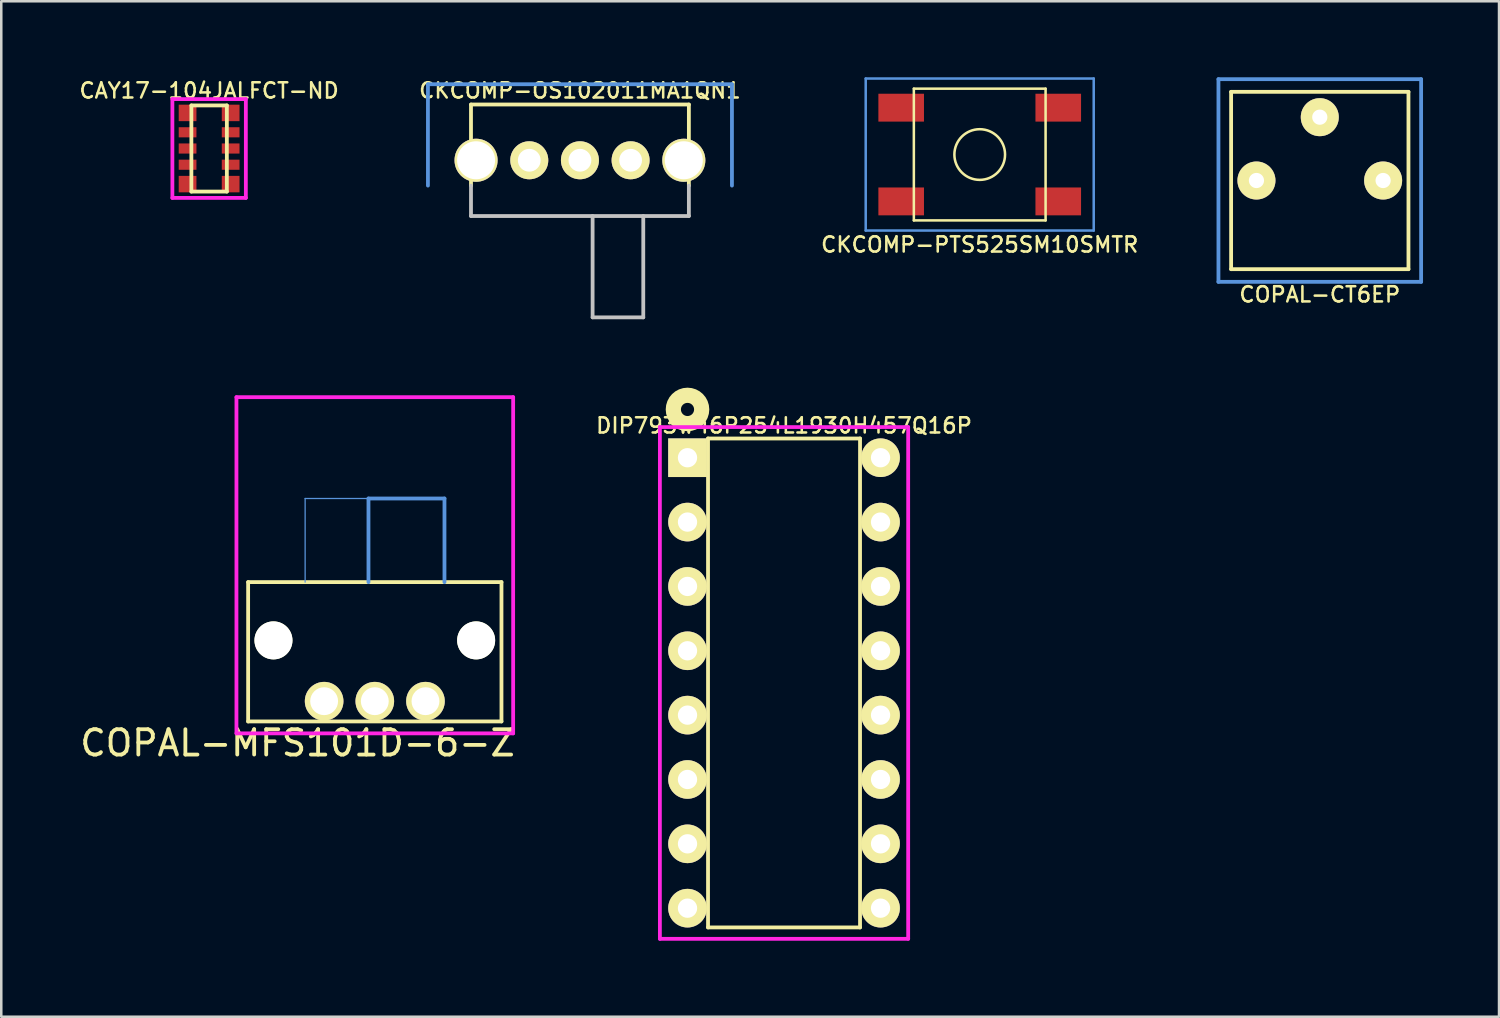
<source format=kicad_pcb>
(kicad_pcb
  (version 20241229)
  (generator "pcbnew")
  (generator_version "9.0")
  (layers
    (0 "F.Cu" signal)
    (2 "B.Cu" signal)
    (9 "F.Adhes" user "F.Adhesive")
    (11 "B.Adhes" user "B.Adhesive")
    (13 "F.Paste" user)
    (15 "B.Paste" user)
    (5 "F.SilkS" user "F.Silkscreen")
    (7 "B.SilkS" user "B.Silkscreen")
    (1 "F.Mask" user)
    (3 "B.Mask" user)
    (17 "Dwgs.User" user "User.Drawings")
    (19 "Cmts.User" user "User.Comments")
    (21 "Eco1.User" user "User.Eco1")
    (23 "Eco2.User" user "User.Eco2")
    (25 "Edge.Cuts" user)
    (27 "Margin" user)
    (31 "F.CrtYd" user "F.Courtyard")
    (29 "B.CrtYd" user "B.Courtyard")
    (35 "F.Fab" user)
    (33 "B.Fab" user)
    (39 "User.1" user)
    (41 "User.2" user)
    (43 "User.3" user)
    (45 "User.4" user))
  (footprint "COPAL-MFS101D-6-Z"
    (layer "F.Cu")
    (at 11.744 24.627)
    (property "Reference" "COPAL-MFS101D-6-Z" (at -3.048 1.651 0) (layer "F.SilkS") (effects (font (size 1 1) (thickness 0.15))))
    (attr through_hole)
    (fp_line (start -5 -4.7) (end -5 0.8) (stroke (width 0.15) (type solid)) (layer "F.SilkS"))
    (fp_line (start -5 0.8) (end 5 0.8) (stroke (width 0.15) (type solid)) (layer "F.SilkS"))
    (fp_line (start 5 -4.7) (end -5 -4.7) (stroke (width 0.15) (type solid)) (layer "F.SilkS"))
    (fp_line (start 5 0.8) (end 5 -4.7) (stroke (width 0.15) (type solid)) (layer "F.SilkS"))
    (fp_line (start -2.75 -8.001) (end -2.75 -4.699) (stroke (width 0.05) (type solid)) (layer "Cmts.User"))
    (fp_line (start -0.254 -8.001) (end -2.75 -8.001) (stroke (width 0.05) (type solid)) (layer "Cmts.User"))
    (fp_line (start -0.25 -8) (end 2.75 -8) (stroke (width 0.15) (type solid)) (layer "Cmts.User"))
    (fp_line (start -0.25 -4.699) (end -0.25 -8) (stroke (width 0.15) (type solid)) (layer "Cmts.User"))
    (fp_line (start 2.75 -8) (end 2.75 -4.699) (stroke (width 0.15) (type solid)) (layer "Cmts.User"))
    (fp_line (start -5.461 -12) (end -5.461 1.27) (stroke (width 0.15) (type solid)) (layer "F.CrtYd"))
    (fp_line (start -5.461 1.27) (end 5.461 1.27) (stroke (width 0.15) (type solid)) (layer "F.CrtYd"))
    (fp_line (start 5.461 -12) (end -5.461 -12) (stroke (width 0.15) (type solid)) (layer "F.CrtYd"))
    (fp_line (start 5.461 1.27) (end 5.461 -12) (stroke (width 0.15) (type solid)) (layer "F.CrtYd"))
    (pad "" np_thru_hole circle (at -4 -2.4) (size 1.5 1.5) (drill 1.5) (layers "*.Cu" "*.Mask" "F.SilkS"))
    (pad "" np_thru_hole circle (at 4 -2.4) (size 1.5 1.5) (drill 1.5) (layers "*.Cu" "*.Mask" "F.SilkS"))
    (pad "1" thru_hole circle (at 2 0) (size 1.524 1.524) (drill 1.1) (layers "*.Cu" "*.Mask" "F.SilkS"))
    (pad "2" thru_hole circle (at 0 0) (size 1.524 1.524) (drill 1.1) (layers "*.Cu" "*.Mask" "F.SilkS"))
    (pad "3" thru_hole circle (at -2 0) (size 1.524 1.524) (drill 1.1) (layers "*.Cu" "*.Mask" "F.SilkS")))
  (footprint "DIP793W46P254L1930H457Q16P"
    (layer "F.Cu")
    (at 27.897 23.907)
    (property "Reference" "DIP793W46P254L1930H457Q16P" (at 0 -10.16 0) (layer "F.SilkS") (effects (font (size 0.6 0.6) (thickness 0.1))))
    (attr through_hole)
    (fp_line (start -3 -9.65) (end 3 -9.65) (stroke (width 0.15) (type solid)) (layer "F.SilkS"))
    (fp_line (start -3 9.65) (end -3 -9.65) (stroke (width 0.15) (type solid)) (layer "F.SilkS"))
    (fp_line (start 3 -9.65) (end 3 9.65) (stroke (width 0.15) (type solid)) (layer "F.SilkS"))
    (fp_line (start 3 9.65) (end -3 9.65) (stroke (width 0.15) (type solid)) (layer "F.SilkS"))
    (fp_circle (center -3.81 -10.795) (end -3.55 -10.795) (stroke (width 0.6) (type solid)) (fill no) (layer "F.SilkS"))
    (fp_line (start -4.9 -10.1) (end 4.9 -10.1) (stroke (width 0.15) (type solid)) (layer "F.CrtYd"))
    (fp_line (start -4.9 10.1) (end -4.9 -10.1) (stroke (width 0.15) (type solid)) (layer "F.CrtYd"))
    (fp_line (start 4.9 -10.1) (end 4.9 10.1) (stroke (width 0.15) (type solid)) (layer "F.CrtYd"))
    (fp_line (start 4.9 10.1) (end -4.9 10.1) (stroke (width 0.15) (type solid)) (layer "F.CrtYd"))
    (pad "1" thru_hole rect (at -3.81 -8.89) (size 1.524 1.524) (drill 0.762) (layers "*.Cu" "*.Mask" "F.SilkS"))
    (pad "2" thru_hole circle (at -3.81 -6.35) (size 1.524 1.524) (drill 0.762) (layers "*.Cu" "*.Mask" "F.SilkS"))
    (pad "3" thru_hole circle (at -3.81 -3.81) (size 1.524 1.524) (drill 0.762) (layers "*.Cu" "*.Mask" "F.SilkS"))
    (pad "4" thru_hole circle (at -3.81 -1.27) (size 1.524 1.524) (drill 0.762) (layers "*.Cu" "*.Mask" "F.SilkS"))
    (pad "5" thru_hole circle (at -3.81 1.27) (size 1.524 1.524) (drill 0.762) (layers "*.Cu" "*.Mask" "F.SilkS"))
    (pad "6" thru_hole circle (at -3.81 3.81) (size 1.524 1.524) (drill 0.762) (layers "*.Cu" "*.Mask" "F.SilkS"))
    (pad "7" thru_hole circle (at -3.81 6.35) (size 1.524 1.524) (drill 0.762) (layers "*.Cu" "*.Mask" "F.SilkS"))
    (pad "8" thru_hole circle (at -3.81 8.89) (size 1.524 1.524) (drill 0.762) (layers "*.Cu" "*.Mask" "F.SilkS"))
    (pad "9" thru_hole circle (at 3.81 8.89) (size 1.524 1.524) (drill 0.762) (layers "*.Cu" "*.Mask" "F.SilkS"))
    (pad "10" thru_hole circle (at 3.81 6.35) (size 1.524 1.524) (drill 0.762) (layers "*.Cu" "*.Mask" "F.SilkS"))
    (pad "11" thru_hole circle (at 3.81 3.81) (size 1.524 1.524) (drill 0.762) (layers "*.Cu" "*.Mask" "F.SilkS"))
    (pad "12" thru_hole circle (at 3.81 1.27) (size 1.524 1.524) (drill 0.762) (layers "*.Cu" "*.Mask" "F.SilkS"))
    (pad "13" thru_hole circle (at 3.81 -1.27) (size 1.524 1.524) (drill 0.762) (layers "*.Cu" "*.Mask" "F.SilkS"))
    (pad "14" thru_hole circle (at 3.81 -3.81) (size 1.524 1.524) (drill 0.762) (layers "*.Cu" "*.Mask" "F.SilkS"))
    (pad "15" thru_hole circle (at 3.81 -6.35) (size 1.524 1.524) (drill 0.762) (layers "*.Cu" "*.Mask" "F.SilkS"))
    (pad "16" thru_hole circle (at 3.81 -8.89) (size 1.524 1.524) (drill 0.762) (layers "*.Cu" "*.Mask" "F.SilkS")))
  (footprint "CKCOMP-OS102011MA1QN1"
    (layer "F.Cu")
    (at 19.841 3.276)
    (property "Reference" "CKCOMP-OS102011MA1QN1" (at 0 -2.75 0) (layer "F.SilkS") (effects (font (size 0.6 0.6) (thickness 0.1))))
    (attr through_hole)
    (fp_line (start -4.3 -2.2) (end 4.3 -2.2) (stroke (width 0.15) (type solid)) (layer "F.SilkS"))
    (fp_line (start -4.3 1) (end -4.3 -2.2) (stroke (width 0.15) (type solid)) (layer "F.SilkS"))
    (fp_line (start 4.3 -2.2) (end 4.3 1) (stroke (width 0.15) (type solid)) (layer "F.SilkS"))
    (fp_line (start -4.3 1) (end -4.3 2.2) (stroke (width 0.15) (type solid)) (layer "Dwgs.User"))
    (fp_line (start -4.3 2.2) (end 4.3 2.2) (stroke (width 0.15) (type solid)) (layer "Dwgs.User"))
    (fp_line (start 0.5 2.2) (end 0.5 6.2) (stroke (width 0.15) (type solid)) (layer "Dwgs.User"))
    (fp_line (start 0.5 6.2) (end 2.5 6.2) (stroke (width 0.15) (type solid)) (layer "Dwgs.User"))
    (fp_line (start 2.5 6.2) (end 2.5 2.2) (stroke (width 0.15) (type solid)) (layer "Dwgs.User"))
    (fp_line (start 4.3 2.2) (end 4.3 1) (stroke (width 0.15) (type solid)) (layer "Dwgs.User"))
    (fp_line (start -6 -3) (end -6 1) (stroke (width 0.15) (type solid)) (layer "Cmts.User"))
    (fp_line (start 6 -3) (end -6 -3) (stroke (width 0.15) (type solid)) (layer "Cmts.User"))
    (fp_line (start 6 1) (end 6 -3) (stroke (width 0.15) (type solid)) (layer "Cmts.User"))
    (pad "" thru_hole circle (at -4.1 0) (size 1.7 1.7) (drill 1.5) (layers "*.Cu" "*.Mask" "F.SilkS"))
    (pad "" thru_hole circle (at 4.1 0) (size 1.7 1.7) (drill 1.5) (layers "*.Cu" "*.Mask" "F.SilkS"))
    (pad "1" thru_hole circle (at -2 0) (size 1.5 1.5) (drill 0.9) (layers "*.Cu" "*.Mask" "F.SilkS"))
    (pad "2" thru_hole circle (at 0 0) (size 1.5 1.5) (drill 0.9) (layers "*.Cu" "*.Mask" "F.SilkS"))
    (pad "3" thru_hole circle (at 2 0) (size 1.5 1.5) (drill 0.9) (layers "*.Cu" "*.Mask" "F.SilkS")))
  (footprint "COPAL-CT6EP"
    (layer "F.Cu")
    (at 49.044 4.075)
    (property "Reference" "COPAL-CT6EP" (at 0 4.5 0) (layer "F.SilkS") (effects (font (size 0.6 0.6) (thickness 0.1))))
    (attr through_hole)
    (fp_line (start -3.5 -3.5) (end 3.5 -3.5) (stroke (width 0.15) (type solid)) (layer "F.SilkS"))
    (fp_line (start -3.5 3.5) (end -3.5 -3.5) (stroke (width 0.15) (type solid)) (layer "F.SilkS"))
    (fp_line (start 3.5 -3.5) (end 3.5 3.5) (stroke (width 0.15) (type solid)) (layer "F.SilkS"))
    (fp_line (start 3.5 3.5) (end -3.5 3.5) (stroke (width 0.15) (type solid)) (layer "F.SilkS"))
    (fp_line (start -4 -4) (end 4 -4) (stroke (width 0.15) (type solid)) (layer "Cmts.User"))
    (fp_line (start -4 4) (end -4 -4) (stroke (width 0.15) (type solid)) (layer "Cmts.User"))
    (fp_line (start 4 -4) (end 4 4) (stroke (width 0.15) (type solid)) (layer "Cmts.User"))
    (fp_line (start 4 4) (end -4 4) (stroke (width 0.15) (type solid)) (layer "Cmts.User"))
    (pad "1" thru_hole circle (at -2.5 0) (size 1.5 1.5) (drill 0.6) (layers "*.Cu" "*.Mask" "F.SilkS"))
    (pad "2" thru_hole circle (at 0 -2.5) (size 1.5 1.5) (drill 0.6) (layers "*.Cu" "*.Mask" "F.SilkS"))
    (pad "3" thru_hole circle (at 2.5 0) (size 1.5 1.5) (drill 0.6) (layers "*.Cu" "*.Mask" "F.SilkS")))
  (footprint "CAY17-104JALFCT-ND"
    (layer "F.Cu")
    (at 5.204 2.812)
    (property "Reference" "CAY17-104JALFCT-ND" (at 0 -2.286 0) (layer "F.SilkS") (effects (font (size 0.6 0.6) (thickness 0.1))))
    (attr through_hole)
    (fp_line (start -0.7 -1.7) (end 0.7 -1.7) (stroke (width 0.15) (type solid)) (layer "F.SilkS"))
    (fp_line (start -0.7 1.7) (end -0.7 -1.7) (stroke (width 0.15) (type solid)) (layer "F.SilkS"))
    (fp_line (start 0.7 -1.7) (end 0.7 1.7) (stroke (width 0.15) (type solid)) (layer "F.SilkS"))
    (fp_line (start 0.7 1.7) (end -0.7 1.7) (stroke (width 0.15) (type solid)) (layer "F.SilkS"))
    (fp_line (start -1.45 -1.95) (end 1.45 -1.95) (stroke (width 0.15) (type solid)) (layer "F.CrtYd"))
    (fp_line (start -1.45 1.95) (end -1.45 -1.95) (stroke (width 0.15) (type solid)) (layer "F.CrtYd"))
    (fp_line (start 1.45 -1.95) (end 1.45 1.95) (stroke (width 0.15) (type solid)) (layer "F.CrtYd"))
    (fp_line (start 1.45 1.95) (end -1.45 1.95) (stroke (width 0.15) (type solid)) (layer "F.CrtYd"))
    (pad "1" smd rect (at -0.85 -1.405) (size 0.7 0.65) (layers "F.Cu" "F.Mask" "F.Paste"))
    (pad "2" smd rect (at -0.85 -0.64) (size 0.7 0.4) (layers "F.Cu" "F.Mask" "F.Paste"))
    (pad "3" smd rect (at -0.85 0) (size 0.7 0.4) (layers "F.Cu" "F.Mask" "F.Paste"))
    (pad "4" smd rect (at -0.85 0.64) (size 0.7 0.4) (layers "F.Cu" "F.Mask" "F.Paste"))
    (pad "5" smd rect (at -0.85 1.405) (size 0.7 0.65) (layers "F.Cu" "F.Mask" "F.Paste"))
    (pad "6" smd rect (at 0.85 1.405) (size 0.7 0.65) (layers "F.Cu" "F.Mask" "F.Paste"))
    (pad "7" smd rect (at 0.85 0.64) (size 0.7 0.4) (layers "F.Cu" "F.Mask" "F.Paste"))
    (pad "8" smd rect (at 0.85 0) (size 0.7 0.4) (layers "F.Cu" "F.Mask" "F.Paste"))
    (pad "9" smd rect (at 0.85 -0.64) (size 0.7 0.4) (layers "F.Cu" "F.Mask" "F.Paste"))
    (pad "10" smd rect (at 0.85 -1.405) (size 0.7 0.65) (layers "F.Cu" "F.Mask" "F.Paste")))
  (footprint "CKCOMP-PTS525SM10SMTR"
    (layer "F.Cu")
    (at 35.621 3.05)
    (property "Reference" "CKCOMP-PTS525SM10SMTR" (at 0 3.556 0) (layer "F.SilkS") (effects (font (size 0.6 0.6) (thickness 0.1))))
    (attr through_hole)
    (fp_line (start -2.6 -2.6) (end 2.6 -2.6) (stroke (width 0.1) (type solid)) (layer "F.SilkS"))
    (fp_line (start -2.6 2.6) (end -2.6 -2.6) (stroke (width 0.1) (type solid)) (layer "F.SilkS"))
    (fp_line (start 2.6 -2.6) (end 2.6 2.6) (stroke (width 0.1) (type solid)) (layer "F.SilkS"))
    (fp_line (start 2.6 2.6) (end -2.6 2.6) (stroke (width 0.1) (type solid)) (layer "F.SilkS"))
    (fp_circle (center 0 0) (end 1 0) (stroke (width 0.1) (type solid)) (fill no) (layer "F.SilkS"))
    (fp_line (start -4.5 -3) (end 4.5 -3) (stroke (width 0.1) (type solid)) (layer "Cmts.User"))
    (fp_line (start -4.5 3) (end -4.5 -3) (stroke (width 0.1) (type solid)) (layer "Cmts.User"))
    (fp_line (start 4.5 -3) (end 4.5 3) (stroke (width 0.1) (type solid)) (layer "Cmts.User"))
    (fp_line (start 4.5 3) (end -4.5 3) (stroke (width 0.1) (type solid)) (layer "Cmts.User"))
    (pad "1" smd rect (at -3.1 -1.85) (size 1.8 1.1) (layers "F.Cu" "F.Mask" "F.Paste"))
    (pad "2" smd rect (at 3.1 -1.85) (size 1.8 1.1) (layers "F.Cu" "F.Mask" "F.Paste"))
    (pad "3" smd rect (at -3.1 1.85) (size 1.8 1.1) (layers "F.Cu" "F.Mask" "F.Paste"))
    (pad "4" smd rect (at 3.1 1.85) (size 1.8 1.1) (layers "F.Cu" "F.Mask" "F.Paste")))
  (gr_rect
    (start -3 -3)
    (end 56.119 37.081)
    (stroke (width 0.1) (type default))
    (fill no)
    (layer "Edge.Cuts")))
</source>
